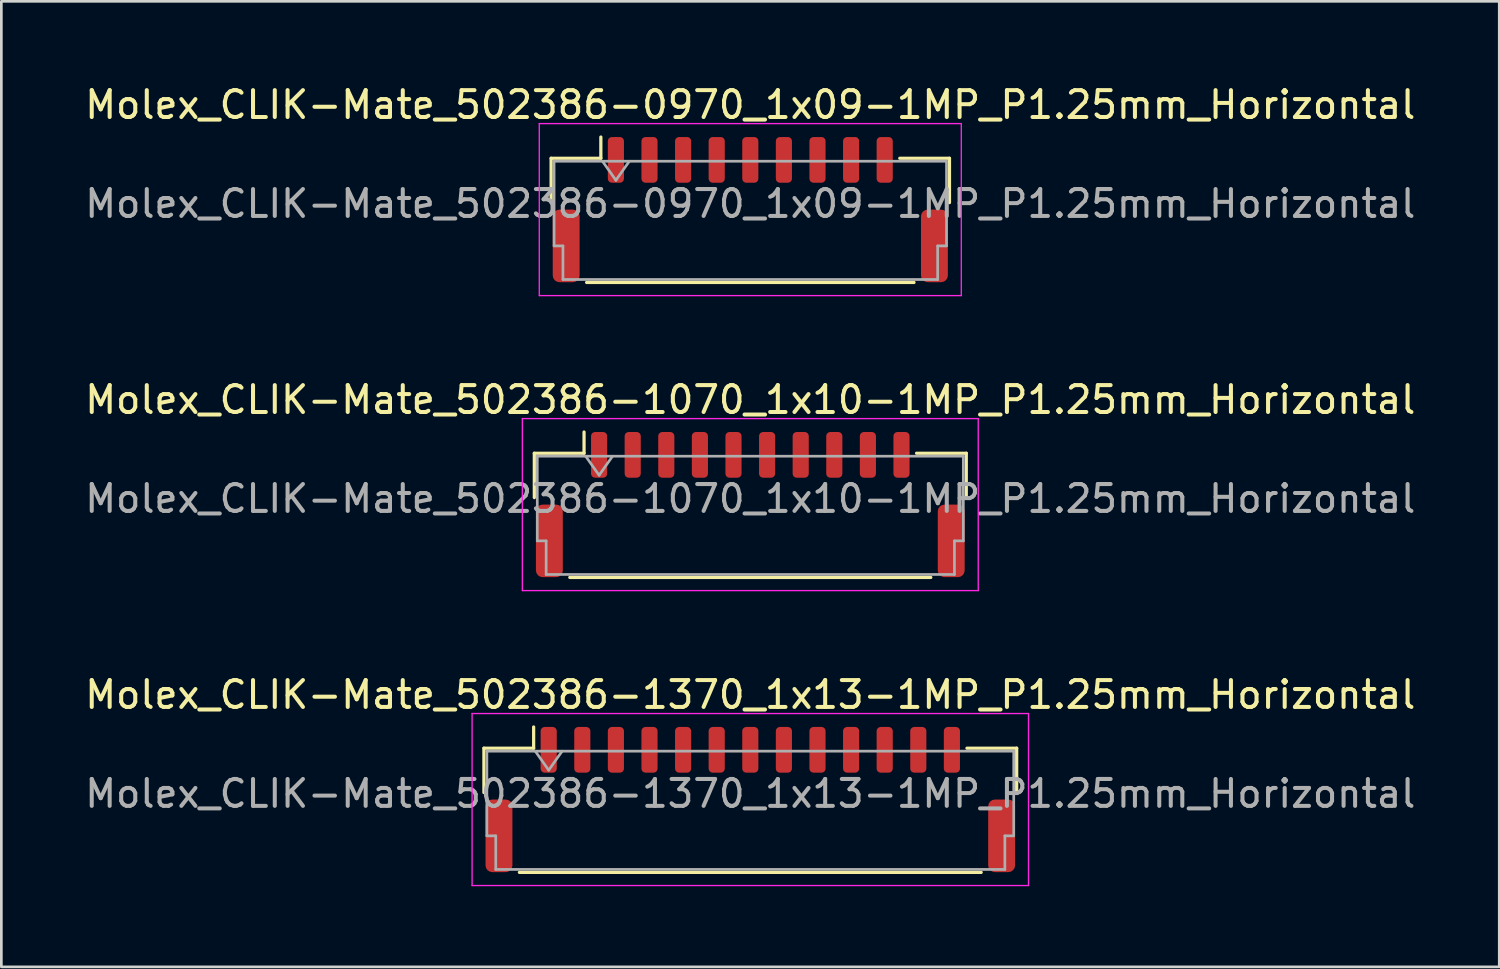
<source format=kicad_pcb>
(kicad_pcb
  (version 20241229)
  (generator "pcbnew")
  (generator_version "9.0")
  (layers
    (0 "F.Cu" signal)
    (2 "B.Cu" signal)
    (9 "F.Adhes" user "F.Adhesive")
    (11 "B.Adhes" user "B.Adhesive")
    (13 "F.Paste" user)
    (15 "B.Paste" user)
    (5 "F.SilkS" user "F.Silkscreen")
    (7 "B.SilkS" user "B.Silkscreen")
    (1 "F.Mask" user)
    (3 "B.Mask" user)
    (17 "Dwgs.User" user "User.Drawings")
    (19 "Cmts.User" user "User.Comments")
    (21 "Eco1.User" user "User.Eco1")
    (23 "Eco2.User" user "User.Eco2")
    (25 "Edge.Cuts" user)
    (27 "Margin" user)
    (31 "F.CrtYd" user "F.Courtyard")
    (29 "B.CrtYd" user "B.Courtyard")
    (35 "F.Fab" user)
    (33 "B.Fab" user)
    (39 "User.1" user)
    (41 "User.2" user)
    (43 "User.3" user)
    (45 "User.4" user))
  (footprint "Molex_CLIK-Mate_502386-0970_1x09-1MP_P1.25mm_Horizontal"
    (layer "F.Cu")
    (at 24.863 4.748)
    (property "Reference" "Molex_CLIK-Mate_502386-0970_1x09-1MP_P1.25mm_Horizontal" (at 0 -3.9 0) (layer "F.SilkS") (effects (font (size 1 1) (thickness 0.15))))
    (attr smd)
    (fp_line (start -7.41 -1.91) (end -5.56 -1.91) (stroke (width 0.12) (type solid)) (layer "F.SilkS"))
    (fp_line (start -7.41 -0.26) (end -7.41 -1.91) (stroke (width 0.12) (type solid)) (layer "F.SilkS"))
    (fp_line (start -6.09 2.71) (end 6.09 2.71) (stroke (width 0.12) (type solid)) (layer "F.SilkS"))
    (fp_line (start -5.56 -1.91) (end -5.56 -2.7) (stroke (width 0.12) (type solid)) (layer "F.SilkS"))
    (fp_line (start 7.41 -1.91) (end 5.56 -1.91) (stroke (width 0.12) (type solid)) (layer "F.SilkS"))
    (fp_line (start 7.41 -0.26) (end 7.41 -1.91) (stroke (width 0.12) (type solid)) (layer "F.SilkS"))
    (fp_line (start -7.85 -3.2) (end -7.85 3.2) (stroke (width 0.05) (type solid)) (layer "F.CrtYd"))
    (fp_line (start -7.85 3.2) (end 7.85 3.2) (stroke (width 0.05) (type solid)) (layer "F.CrtYd"))
    (fp_line (start 7.85 -3.2) (end -7.85 -3.2) (stroke (width 0.05) (type solid)) (layer "F.CrtYd"))
    (fp_line (start 7.85 3.2) (end 7.85 -3.2) (stroke (width 0.05) (type solid)) (layer "F.CrtYd"))
    (fp_line (start -7.3 -1.8) (end -7.3 1.35) (stroke (width 0.1) (type solid)) (layer "F.Fab"))
    (fp_line (start -7.3 -1.8) (end 7.3 -1.8) (stroke (width 0.1) (type solid)) (layer "F.Fab"))
    (fp_line (start -7.3 1.35) (end -6.97 1.35) (stroke (width 0.1) (type solid)) (layer "F.Fab"))
    (fp_line (start -6.97 1.35) (end -6.97 2.6) (stroke (width 0.1) (type solid)) (layer "F.Fab"))
    (fp_line (start -6.97 2.6) (end 6.97 2.6) (stroke (width 0.1) (type solid)) (layer "F.Fab"))
    (fp_line (start -5.5 -1.8) (end -5 -1.093) (stroke (width 0.1) (type solid)) (layer "F.Fab"))
    (fp_line (start -5 -1.093) (end -4.5 -1.8) (stroke (width 0.1) (type solid)) (layer "F.Fab"))
    (fp_line (start 6.97 1.35) (end 7.3 1.35) (stroke (width 0.1) (type solid)) (layer "F.Fab"))
    (fp_line (start 6.97 2.6) (end 6.97 1.35) (stroke (width 0.1) (type solid)) (layer "F.Fab"))
    (fp_line (start 7.3 -1.8) (end 7.3 1.35) (stroke (width 0.1) (type solid)) (layer "F.Fab"))
    (fp_text user "${REFERENCE}" (at 0 -0.22 0) (layer "F.Fab") (effects (font (size 1 1) (thickness 0.15))))
    (pad "1" smd roundrect (at -5 -1.85) (size 0.6 1.7) (layers "F.Cu" "F.Mask" "F.Paste") (roundrect_rratio 0.25))
    (pad "2" smd roundrect (at -3.75 -1.85) (size 0.6 1.7) (layers "F.Cu" "F.Mask" "F.Paste") (roundrect_rratio 0.25))
    (pad "3" smd roundrect (at -2.5 -1.85) (size 0.6 1.7) (layers "F.Cu" "F.Mask" "F.Paste") (roundrect_rratio 0.25))
    (pad "4" smd roundrect (at -1.25 -1.85) (size 0.6 1.7) (layers "F.Cu" "F.Mask" "F.Paste") (roundrect_rratio 0.25))
    (pad "5" smd roundrect (at 0 -1.85) (size 0.6 1.7) (layers "F.Cu" "F.Mask" "F.Paste") (roundrect_rratio 0.25))
    (pad "6" smd roundrect (at 1.25 -1.85) (size 0.6 1.7) (layers "F.Cu" "F.Mask" "F.Paste") (roundrect_rratio 0.25))
    (pad "7" smd roundrect (at 2.5 -1.85) (size 0.6 1.7) (layers "F.Cu" "F.Mask" "F.Paste") (roundrect_rratio 0.25))
    (pad "8" smd roundrect (at 3.75 -1.85) (size 0.6 1.7) (layers "F.Cu" "F.Mask" "F.Paste") (roundrect_rratio 0.25))
    (pad "9" smd roundrect (at 5 -1.85) (size 0.6 1.7) (layers "F.Cu" "F.Mask" "F.Paste") (roundrect_rratio 0.25))
    (pad "MP" smd roundrect (at -6.85 1.35) (size 1 2.7) (layers "F.Cu" "F.Mask" "F.Paste") (roundrect_rratio 0.25))
    (pad "MP" smd roundrect (at 6.85 1.35) (size 1 2.7) (layers "F.Cu" "F.Mask" "F.Paste") (roundrect_rratio 0.25)))
  (footprint "Molex_CLIK-Mate_502386-1070_1x10-1MP_P1.25mm_Horizontal"
    (layer "F.Cu")
    (at 24.863 15.722)
    (property "Reference" "Molex_CLIK-Mate_502386-1070_1x10-1MP_P1.25mm_Horizontal" (at 0 -3.9 0) (layer "F.SilkS") (effects (font (size 1 1) (thickness 0.15))))
    (attr smd)
    (fp_line (start -8.035 -1.91) (end -6.185 -1.91) (stroke (width 0.12) (type solid)) (layer "F.SilkS"))
    (fp_line (start -8.035 -0.26) (end -8.035 -1.91) (stroke (width 0.12) (type solid)) (layer "F.SilkS"))
    (fp_line (start -6.715 2.71) (end 6.715 2.71) (stroke (width 0.12) (type solid)) (layer "F.SilkS"))
    (fp_line (start -6.185 -1.91) (end -6.185 -2.7) (stroke (width 0.12) (type solid)) (layer "F.SilkS"))
    (fp_line (start 8.035 -1.91) (end 6.185 -1.91) (stroke (width 0.12) (type solid)) (layer "F.SilkS"))
    (fp_line (start 8.035 -0.26) (end 8.035 -1.91) (stroke (width 0.12) (type solid)) (layer "F.SilkS"))
    (fp_line (start -8.48 -3.2) (end -8.48 3.2) (stroke (width 0.05) (type solid)) (layer "F.CrtYd"))
    (fp_line (start -8.48 3.2) (end 8.48 3.2) (stroke (width 0.05) (type solid)) (layer "F.CrtYd"))
    (fp_line (start 8.48 -3.2) (end -8.48 -3.2) (stroke (width 0.05) (type solid)) (layer "F.CrtYd"))
    (fp_line (start 8.48 3.2) (end 8.48 -3.2) (stroke (width 0.05) (type solid)) (layer "F.CrtYd"))
    (fp_line (start -7.925 -1.8) (end -7.925 1.35) (stroke (width 0.1) (type solid)) (layer "F.Fab"))
    (fp_line (start -7.925 -1.8) (end 7.925 -1.8) (stroke (width 0.1) (type solid)) (layer "F.Fab"))
    (fp_line (start -7.925 1.35) (end -7.595 1.35) (stroke (width 0.1) (type solid)) (layer "F.Fab"))
    (fp_line (start -7.595 1.35) (end -7.595 2.6) (stroke (width 0.1) (type solid)) (layer "F.Fab"))
    (fp_line (start -7.595 2.6) (end 7.595 2.6) (stroke (width 0.1) (type solid)) (layer "F.Fab"))
    (fp_line (start -6.125 -1.8) (end -5.625 -1.093) (stroke (width 0.1) (type solid)) (layer "F.Fab"))
    (fp_line (start -5.625 -1.093) (end -5.125 -1.8) (stroke (width 0.1) (type solid)) (layer "F.Fab"))
    (fp_line (start 7.595 1.35) (end 7.925 1.35) (stroke (width 0.1) (type solid)) (layer "F.Fab"))
    (fp_line (start 7.595 2.6) (end 7.595 1.35) (stroke (width 0.1) (type solid)) (layer "F.Fab"))
    (fp_line (start 7.925 -1.8) (end 7.925 1.35) (stroke (width 0.1) (type solid)) (layer "F.Fab"))
    (fp_text user "${REFERENCE}" (at 0 -0.22 0) (layer "F.Fab") (effects (font (size 1 1) (thickness 0.15))))
    (pad "1" smd roundrect (at -5.625 -1.85) (size 0.6 1.7) (layers "F.Cu" "F.Mask" "F.Paste") (roundrect_rratio 0.25))
    (pad "2" smd roundrect (at -4.375 -1.85) (size 0.6 1.7) (layers "F.Cu" "F.Mask" "F.Paste") (roundrect_rratio 0.25))
    (pad "3" smd roundrect (at -3.125 -1.85) (size 0.6 1.7) (layers "F.Cu" "F.Mask" "F.Paste") (roundrect_rratio 0.25))
    (pad "4" smd roundrect (at -1.875 -1.85) (size 0.6 1.7) (layers "F.Cu" "F.Mask" "F.Paste") (roundrect_rratio 0.25))
    (pad "5" smd roundrect (at -0.625 -1.85) (size 0.6 1.7) (layers "F.Cu" "F.Mask" "F.Paste") (roundrect_rratio 0.25))
    (pad "6" smd roundrect (at 0.625 -1.85) (size 0.6 1.7) (layers "F.Cu" "F.Mask" "F.Paste") (roundrect_rratio 0.25))
    (pad "7" smd roundrect (at 1.875 -1.85) (size 0.6 1.7) (layers "F.Cu" "F.Mask" "F.Paste") (roundrect_rratio 0.25))
    (pad "8" smd roundrect (at 3.125 -1.85) (size 0.6 1.7) (layers "F.Cu" "F.Mask" "F.Paste") (roundrect_rratio 0.25))
    (pad "9" smd roundrect (at 4.375 -1.85) (size 0.6 1.7) (layers "F.Cu" "F.Mask" "F.Paste") (roundrect_rratio 0.25))
    (pad "10" smd roundrect (at 5.625 -1.85) (size 0.6 1.7) (layers "F.Cu" "F.Mask" "F.Paste") (roundrect_rratio 0.25))
    (pad "MP" smd roundrect (at -7.475 1.35) (size 1 2.7) (layers "F.Cu" "F.Mask" "F.Paste") (roundrect_rratio 0.25))
    (pad "MP" smd roundrect (at 7.475 1.35) (size 1 2.7) (layers "F.Cu" "F.Mask" "F.Paste") (roundrect_rratio 0.25)))
  (footprint "Molex_CLIK-Mate_502386-1370_1x13-1MP_P1.25mm_Horizontal"
    (layer "F.Cu")
    (at 24.863 26.695)
    (property "Reference" "Molex_CLIK-Mate_502386-1370_1x13-1MP_P1.25mm_Horizontal" (at 0 -3.9 0) (layer "F.SilkS") (effects (font (size 1 1) (thickness 0.15))))
    (attr smd)
    (fp_line (start -9.91 -1.91) (end -8.06 -1.91) (stroke (width 0.12) (type solid)) (layer "F.SilkS"))
    (fp_line (start -9.91 -0.26) (end -9.91 -1.91) (stroke (width 0.12) (type solid)) (layer "F.SilkS"))
    (fp_line (start -8.59 2.71) (end 8.59 2.71) (stroke (width 0.12) (type solid)) (layer "F.SilkS"))
    (fp_line (start -8.06 -1.91) (end -8.06 -2.7) (stroke (width 0.12) (type solid)) (layer "F.SilkS"))
    (fp_line (start 9.91 -1.91) (end 8.06 -1.91) (stroke (width 0.12) (type solid)) (layer "F.SilkS"))
    (fp_line (start 9.91 -0.26) (end 9.91 -1.91) (stroke (width 0.12) (type solid)) (layer "F.SilkS"))
    (fp_line (start -10.35 -3.2) (end -10.35 3.2) (stroke (width 0.05) (type solid)) (layer "F.CrtYd"))
    (fp_line (start -10.35 3.2) (end 10.35 3.2) (stroke (width 0.05) (type solid)) (layer "F.CrtYd"))
    (fp_line (start 10.35 -3.2) (end -10.35 -3.2) (stroke (width 0.05) (type solid)) (layer "F.CrtYd"))
    (fp_line (start 10.35 3.2) (end 10.35 -3.2) (stroke (width 0.05) (type solid)) (layer "F.CrtYd"))
    (fp_line (start -9.8 -1.8) (end -9.8 1.35) (stroke (width 0.1) (type solid)) (layer "F.Fab"))
    (fp_line (start -9.8 -1.8) (end 9.8 -1.8) (stroke (width 0.1) (type solid)) (layer "F.Fab"))
    (fp_line (start -9.8 1.35) (end -9.47 1.35) (stroke (width 0.1) (type solid)) (layer "F.Fab"))
    (fp_line (start -9.47 1.35) (end -9.47 2.6) (stroke (width 0.1) (type solid)) (layer "F.Fab"))
    (fp_line (start -9.47 2.6) (end 9.47 2.6) (stroke (width 0.1) (type solid)) (layer "F.Fab"))
    (fp_line (start -8 -1.8) (end -7.5 -1.093) (stroke (width 0.1) (type solid)) (layer "F.Fab"))
    (fp_line (start -7.5 -1.093) (end -7 -1.8) (stroke (width 0.1) (type solid)) (layer "F.Fab"))
    (fp_line (start 9.47 1.35) (end 9.8 1.35) (stroke (width 0.1) (type solid)) (layer "F.Fab"))
    (fp_line (start 9.47 2.6) (end 9.47 1.35) (stroke (width 0.1) (type solid)) (layer "F.Fab"))
    (fp_line (start 9.8 -1.8) (end 9.8 1.35) (stroke (width 0.1) (type solid)) (layer "F.Fab"))
    (fp_text user "${REFERENCE}" (at 0 -0.22 0) (layer "F.Fab") (effects (font (size 1 1) (thickness 0.15))))
    (pad "1" smd roundrect (at -7.5 -1.85) (size 0.6 1.7) (layers "F.Cu" "F.Mask" "F.Paste") (roundrect_rratio 0.25))
    (pad "2" smd roundrect (at -6.25 -1.85) (size 0.6 1.7) (layers "F.Cu" "F.Mask" "F.Paste") (roundrect_rratio 0.25))
    (pad "3" smd roundrect (at -5 -1.85) (size 0.6 1.7) (layers "F.Cu" "F.Mask" "F.Paste") (roundrect_rratio 0.25))
    (pad "4" smd roundrect (at -3.75 -1.85) (size 0.6 1.7) (layers "F.Cu" "F.Mask" "F.Paste") (roundrect_rratio 0.25))
    (pad "5" smd roundrect (at -2.5 -1.85) (size 0.6 1.7) (layers "F.Cu" "F.Mask" "F.Paste") (roundrect_rratio 0.25))
    (pad "6" smd roundrect (at -1.25 -1.85) (size 0.6 1.7) (layers "F.Cu" "F.Mask" "F.Paste") (roundrect_rratio 0.25))
    (pad "7" smd roundrect (at 0 -1.85) (size 0.6 1.7) (layers "F.Cu" "F.Mask" "F.Paste") (roundrect_rratio 0.25))
    (pad "8" smd roundrect (at 1.25 -1.85) (size 0.6 1.7) (layers "F.Cu" "F.Mask" "F.Paste") (roundrect_rratio 0.25))
    (pad "9" smd roundrect (at 2.5 -1.85) (size 0.6 1.7) (layers "F.Cu" "F.Mask" "F.Paste") (roundrect_rratio 0.25))
    (pad "10" smd roundrect (at 3.75 -1.85) (size 0.6 1.7) (layers "F.Cu" "F.Mask" "F.Paste") (roundrect_rratio 0.25))
    (pad "11" smd roundrect (at 5 -1.85) (size 0.6 1.7) (layers "F.Cu" "F.Mask" "F.Paste") (roundrect_rratio 0.25))
    (pad "12" smd roundrect (at 6.25 -1.85) (size 0.6 1.7) (layers "F.Cu" "F.Mask" "F.Paste") (roundrect_rratio 0.25))
    (pad "13" smd roundrect (at 7.5 -1.85) (size 0.6 1.7) (layers "F.Cu" "F.Mask" "F.Paste") (roundrect_rratio 0.25))
    (pad "MP" smd roundrect (at -9.35 1.35) (size 1 2.7) (layers "F.Cu" "F.Mask" "F.Paste") (roundrect_rratio 0.25))
    (pad "MP" smd roundrect (at 9.35 1.35) (size 1 2.7) (layers "F.Cu" "F.Mask" "F.Paste") (roundrect_rratio 0.25)))
  (gr_rect
    (start -3 -3)
    (end 52.726 32.92)
    (stroke (width 0.1) (type default))
    (fill no)
    (layer "Edge.Cuts")))
</source>
